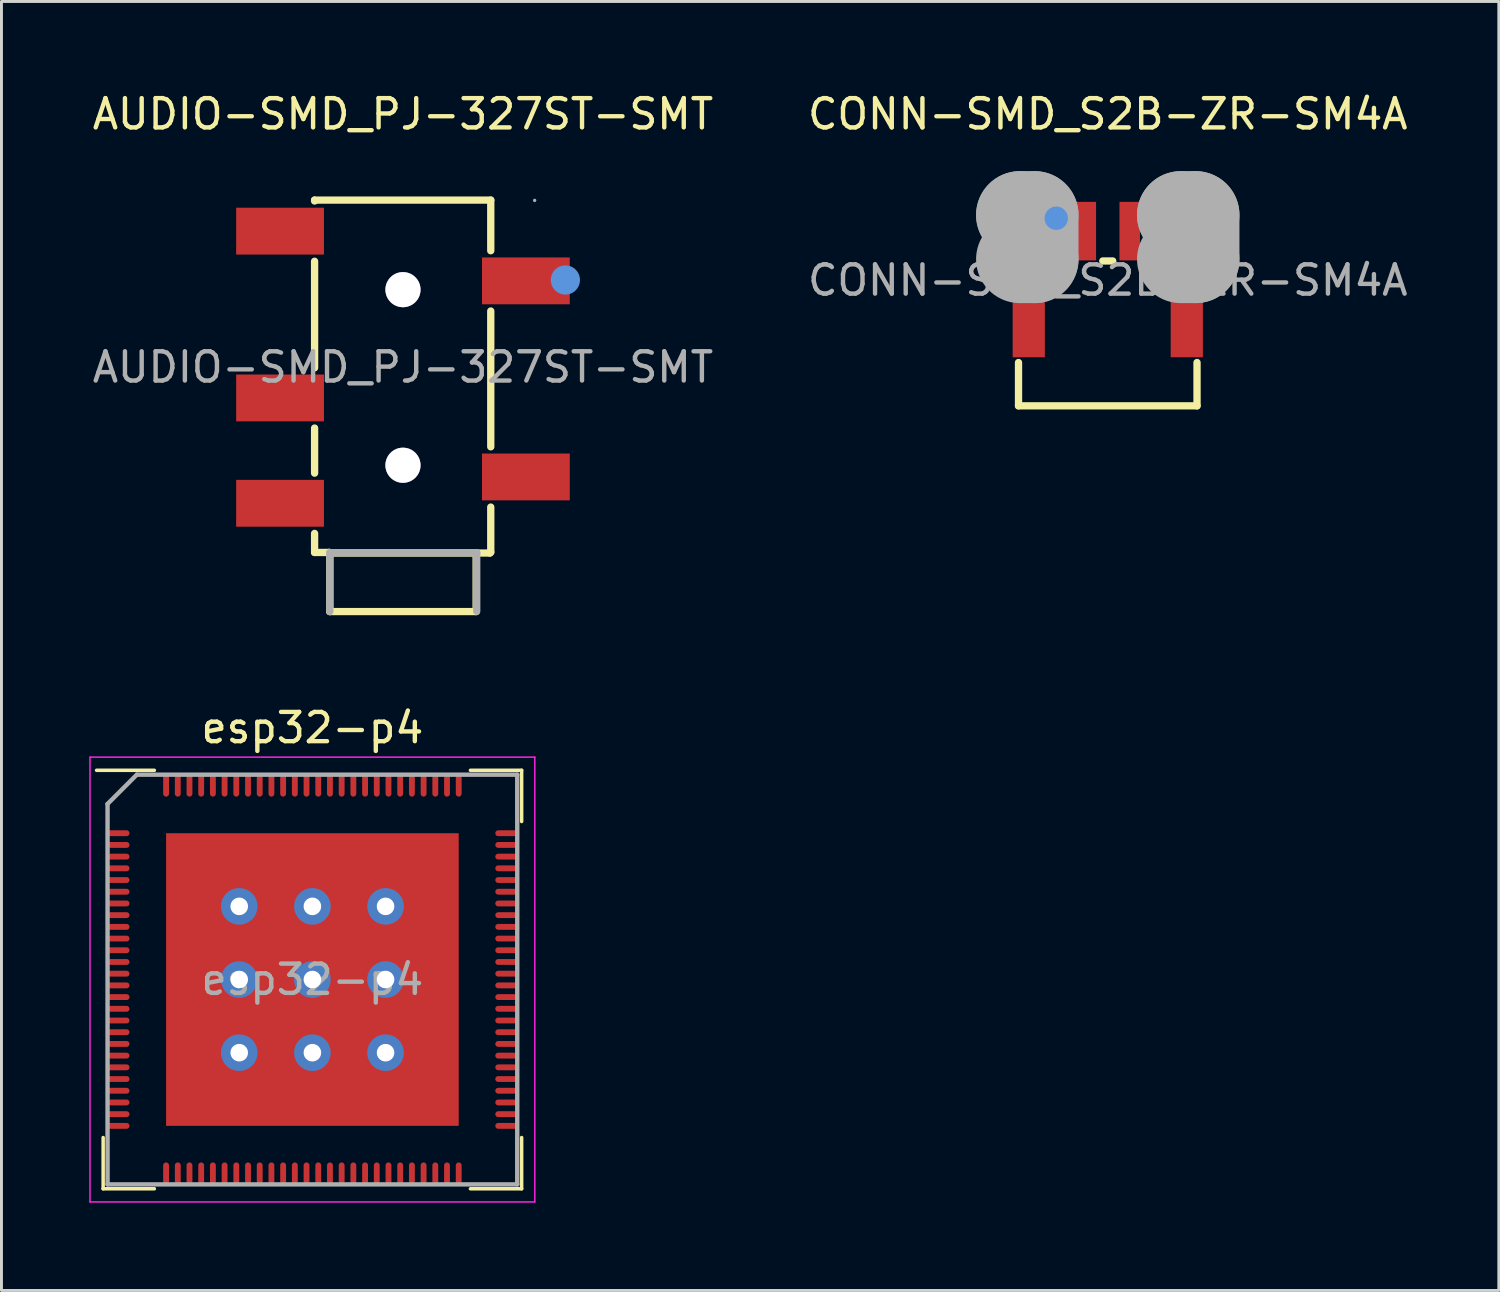
<source format=kicad_pcb>
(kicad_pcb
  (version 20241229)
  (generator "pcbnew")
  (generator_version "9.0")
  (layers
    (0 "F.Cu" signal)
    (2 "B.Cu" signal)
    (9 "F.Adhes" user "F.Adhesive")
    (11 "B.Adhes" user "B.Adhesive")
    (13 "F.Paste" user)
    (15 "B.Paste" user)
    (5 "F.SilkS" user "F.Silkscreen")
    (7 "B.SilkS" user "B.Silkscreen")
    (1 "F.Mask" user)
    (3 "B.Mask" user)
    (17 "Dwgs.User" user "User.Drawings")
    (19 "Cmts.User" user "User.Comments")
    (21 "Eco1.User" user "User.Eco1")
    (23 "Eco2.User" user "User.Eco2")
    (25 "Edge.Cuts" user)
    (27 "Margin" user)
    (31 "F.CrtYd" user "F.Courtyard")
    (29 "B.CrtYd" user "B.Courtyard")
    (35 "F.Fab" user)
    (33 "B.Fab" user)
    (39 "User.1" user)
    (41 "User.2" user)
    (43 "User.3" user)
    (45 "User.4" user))
  (footprint "esp32-p4"
    (layer "F.Cu")
    (at 7.625 30.422)
    (property "Reference" "esp32-p4" (at 0 -8.6 0) (unlocked yes) (layer "F.SilkS") (effects (font (size 1 1) (thickness 0.15))))
    (attr smd)
    (fp_line (start -7.15 7.15) (end -7.15 5.4) (stroke (width 0.12) (type default)) (layer "F.SilkS"))
    (fp_line (start -5.4 -7.15) (end -7.375 -7.15) (stroke (width 0.12) (type default)) (layer "F.SilkS"))
    (fp_line (start -5.4 7.15) (end -7.15 7.15) (stroke (width 0.12) (type default)) (layer "F.SilkS"))
    (fp_line (start 5.4 -7.15) (end 7.15 -7.15) (stroke (width 0.12) (type default)) (layer "F.SilkS"))
    (fp_line (start 5.4 7.15) (end 7.15 7.15) (stroke (width 0.12) (type default)) (layer "F.SilkS"))
    (fp_line (start 7.15 -7.15) (end 7.15 -5.4) (stroke (width 0.12) (type default)) (layer "F.SilkS"))
    (fp_line (start 7.15 7.15) (end 7.15 5.4) (stroke (width 0.12) (type default)) (layer "F.SilkS"))
    (fp_line (start -7.6 -7.6) (end 7.6 -7.6) (stroke (width 0.05) (type default)) (layer "F.CrtYd"))
    (fp_line (start -7.6 7.6) (end -7.6 -7.6) (stroke (width 0.05) (type default)) (layer "F.CrtYd"))
    (fp_line (start 7.6 -7.6) (end 7.6 7.6) (stroke (width 0.05) (type default)) (layer "F.CrtYd"))
    (fp_line (start 7.6 7.6) (end -7.6 7.6) (stroke (width 0.05) (type default)) (layer "F.CrtYd"))
    (fp_line (start -7 -6) (end -7 7) (stroke (width 0.15) (type default)) (layer "F.Fab"))
    (fp_line (start -7 7) (end 7 7) (stroke (width 0.15) (type default)) (layer "F.Fab"))
    (fp_line (start -6 -7) (end -7 -6) (stroke (width 0.15) (type default)) (layer "F.Fab"))
    (fp_line (start 7 -7) (end -6 -7) (stroke (width 0.15) (type default)) (layer "F.Fab"))
    (fp_line (start 7 7) (end 7 -7) (stroke (width 0.15) (type default)) (layer "F.Fab"))
    (fp_text user "${REFERENCE}" (at 0 0 0) (layer "F.Fab") (effects (font (size 1 1) (thickness 0.15))))
    (pad "" smd rect (at -3.75 -3.75) (size 1.75 1.75) (layers "F.Paste"))
    (pad "" smd rect (at -3.75 -1.25) (size 1.75 1.75) (layers "F.Paste"))
    (pad "" smd rect (at -3.75 1.25) (size 1.75 1.75) (layers "F.Paste"))
    (pad "" smd rect (at -3.75 3.75) (size 1.75 1.75) (layers "F.Paste"))
    (pad "" smd rect (at -1.25 -3.75) (size 1.75 1.75) (layers "F.Paste"))
    (pad "" smd rect (at -1.25 -1.25) (size 1.75 1.75) (layers "F.Paste"))
    (pad "" smd rect (at -1.25 1.25) (size 1.75 1.75) (layers "F.Paste"))
    (pad "" smd rect (at -1.25 3.75) (size 1.75 1.75) (layers "F.Paste"))
    (pad "" smd rect (at 1.25 -3.75) (size 1.75 1.75) (layers "F.Paste"))
    (pad "" smd rect (at 1.25 -1.25) (size 1.75 1.75) (layers "F.Paste"))
    (pad "" smd rect (at 1.25 1.25) (size 1.75 1.75) (layers "F.Paste"))
    (pad "" smd rect (at 1.25 3.75) (size 1.75 1.75) (layers "F.Paste"))
    (pad "" smd rect (at 3.75 -3.75) (size 1.75 1.75) (layers "F.Paste"))
    (pad "" smd rect (at 3.75 -1.25) (size 1.75 1.75) (layers "F.Paste"))
    (pad "" smd rect (at 3.75 1.25) (size 1.75 1.75) (layers "F.Paste"))
    (pad "" smd rect (at 3.75 3.75) (size 1.75 1.75) (layers "F.Paste"))
    (pad "1" smd oval (at -6.625 -5 90) (size 0.2 0.75) (layers "F.Cu" "F.Mask" "F.Paste"))
    (pad "2" smd oval (at -6.625 -4.6 90) (size 0.2 0.75) (layers "F.Cu" "F.Mask" "F.Paste"))
    (pad "3" smd oval (at -6.625 -4.2 90) (size 0.2 0.75) (layers "F.Cu" "F.Mask" "F.Paste"))
    (pad "4" smd oval (at -6.625 -3.8 90) (size 0.2 0.75) (layers "F.Cu" "F.Mask" "F.Paste"))
    (pad "5" smd oval (at -6.625 -3.4 90) (size 0.2 0.75) (layers "F.Cu" "F.Mask" "F.Paste"))
    (pad "6" smd oval (at -6.625 -3 90) (size 0.2 0.75) (layers "F.Cu" "F.Mask" "F.Paste"))
    (pad "7" smd oval (at -6.625 -2.6 90) (size 0.2 0.75) (layers "F.Cu" "F.Mask" "F.Paste"))
    (pad "8" smd oval (at -6.625 -2.2 90) (size 0.2 0.75) (layers "F.Cu" "F.Mask" "F.Paste"))
    (pad "9" smd oval (at -6.625 -1.8 90) (size 0.2 0.75) (layers "F.Cu" "F.Mask" "F.Paste"))
    (pad "10" smd oval (at -6.625 -1.4 90) (size 0.2 0.75) (layers "F.Cu" "F.Mask" "F.Paste"))
    (pad "11" smd oval (at -6.625 -1 90) (size 0.2 0.75) (layers "F.Cu" "F.Mask" "F.Paste"))
    (pad "12" smd oval (at -6.625 -0.6 90) (size 0.2 0.75) (layers "F.Cu" "F.Mask" "F.Paste"))
    (pad "13" smd oval (at -6.625 -0.2 90) (size 0.2 0.75) (layers "F.Cu" "F.Mask" "F.Paste"))
    (pad "14" smd oval (at -6.625 0.2 90) (size 0.2 0.75) (layers "F.Cu" "F.Mask" "F.Paste"))
    (pad "15" smd oval (at -6.625 0.6 90) (size 0.2 0.75) (layers "F.Cu" "F.Mask" "F.Paste"))
    (pad "16" smd oval (at -6.625 1 90) (size 0.2 0.75) (layers "F.Cu" "F.Mask" "F.Paste"))
    (pad "17" smd oval (at -6.625 1.4 90) (size 0.2 0.75) (layers "F.Cu" "F.Mask" "F.Paste"))
    (pad "18" smd oval (at -6.625 1.8 90) (size 0.2 0.75) (layers "F.Cu" "F.Mask" "F.Paste"))
    (pad "19" smd oval (at -6.625 2.2 90) (size 0.2 0.75) (layers "F.Cu" "F.Mask" "F.Paste"))
    (pad "20" smd oval (at -6.625 2.6 90) (size 0.2 0.75) (layers "F.Cu" "F.Mask" "F.Paste"))
    (pad "21" smd oval (at -6.625 3 90) (size 0.2 0.75) (layers "F.Cu" "F.Mask" "F.Paste"))
    (pad "22" smd oval (at -6.625 3.4 90) (size 0.2 0.75) (layers "F.Cu" "F.Mask" "F.Paste"))
    (pad "23" smd oval (at -6.625 3.8 90) (size 0.2 0.75) (layers "F.Cu" "F.Mask" "F.Paste"))
    (pad "24" smd oval (at -6.625 4.2 90) (size 0.2 0.75) (layers "F.Cu" "F.Mask" "F.Paste"))
    (pad "25" smd oval (at -6.625 4.6 90) (size 0.2 0.75) (layers "F.Cu" "F.Mask" "F.Paste"))
    (pad "26" smd oval (at -6.625 5 90) (size 0.2 0.75) (layers "F.Cu" "F.Mask" "F.Paste"))
    (pad "27" smd oval (at -5 6.625) (size 0.2 0.75) (layers "F.Cu" "F.Mask" "F.Paste"))
    (pad "28" smd oval (at -4.6 6.625) (size 0.2 0.75) (layers "F.Cu" "F.Mask" "F.Paste"))
    (pad "29" smd oval (at -4.2 6.625) (size 0.2 0.75) (layers "F.Cu" "F.Mask" "F.Paste"))
    (pad "30" smd oval (at -3.8 6.625) (size 0.2 0.75) (layers "F.Cu" "F.Mask" "F.Paste"))
    (pad "31" smd oval (at -3.4 6.625) (size 0.2 0.75) (layers "F.Cu" "F.Mask" "F.Paste"))
    (pad "32" smd oval (at -3 6.625) (size 0.2 0.75) (layers "F.Cu" "F.Mask" "F.Paste"))
    (pad "33" smd oval (at -2.6 6.625) (size 0.2 0.75) (layers "F.Cu" "F.Mask" "F.Paste"))
    (pad "34" smd oval (at -2.2 6.625) (size 0.2 0.75) (layers "F.Cu" "F.Mask" "F.Paste"))
    (pad "35" smd oval (at -1.8 6.625) (size 0.2 0.75) (layers "F.Cu" "F.Mask" "F.Paste"))
    (pad "36" smd oval (at -1.4 6.625) (size 0.2 0.75) (layers "F.Cu" "F.Mask" "F.Paste"))
    (pad "37" smd oval (at -1 6.625) (size 0.2 0.75) (layers "F.Cu" "F.Mask" "F.Paste"))
    (pad "38" smd oval (at -0.6 6.625) (size 0.2 0.75) (layers "F.Cu" "F.Mask" "F.Paste"))
    (pad "39" smd oval (at -0.2 6.625) (size 0.2 0.75) (layers "F.Cu" "F.Mask" "F.Paste"))
    (pad "40" smd oval (at 0.2 6.625) (size 0.2 0.75) (layers "F.Cu" "F.Mask" "F.Paste"))
    (pad "41" smd oval (at 0.6 6.625) (size 0.2 0.75) (layers "F.Cu" "F.Mask" "F.Paste"))
    (pad "42" smd oval (at 1 6.625) (size 0.2 0.75) (layers "F.Cu" "F.Mask" "F.Paste"))
    (pad "43" smd oval (at 1.4 6.625) (size 0.2 0.75) (layers "F.Cu" "F.Mask" "F.Paste"))
    (pad "44" smd oval (at 1.8 6.625) (size 0.2 0.75) (layers "F.Cu" "F.Mask" "F.Paste"))
    (pad "45" smd oval (at 2.2 6.625) (size 0.2 0.75) (layers "F.Cu" "F.Mask" "F.Paste"))
    (pad "46" smd oval (at 2.6 6.625) (size 0.2 0.75) (layers "F.Cu" "F.Mask" "F.Paste"))
    (pad "47" smd oval (at 3 6.625) (size 0.2 0.75) (layers "F.Cu" "F.Mask" "F.Paste"))
    (pad "48" smd oval (at 3.4 6.625) (size 0.2 0.75) (layers "F.Cu" "F.Mask" "F.Paste"))
    (pad "49" smd oval (at 3.8 6.625) (size 0.2 0.75) (layers "F.Cu" "F.Mask" "F.Paste"))
    (pad "50" smd oval (at 4.2 6.625) (size 0.2 0.75) (layers "F.Cu" "F.Mask" "F.Paste"))
    (pad "51" smd oval (at 4.6 6.625) (size 0.2 0.75) (layers "F.Cu" "F.Mask" "F.Paste"))
    (pad "52" smd oval (at 5 6.625) (size 0.2 0.75) (layers "F.Cu" "F.Mask" "F.Paste"))
    (pad "53" smd oval (at 6.625 5 90) (size 0.2 0.75) (layers "F.Cu" "F.Mask" "F.Paste"))
    (pad "54" smd oval (at 6.625 4.6 90) (size 0.2 0.75) (layers "F.Cu" "F.Mask" "F.Paste"))
    (pad "55" smd oval (at 6.625 4.2 90) (size 0.2 0.75) (layers "F.Cu" "F.Mask" "F.Paste"))
    (pad "56" smd oval (at 6.625 3.8 90) (size 0.2 0.75) (layers "F.Cu" "F.Mask" "F.Paste"))
    (pad "57" smd oval (at 6.625 3.4 90) (size 0.2 0.75) (layers "F.Cu" "F.Mask" "F.Paste"))
    (pad "58" smd oval (at 6.625 3 90) (size 0.2 0.75) (layers "F.Cu" "F.Mask" "F.Paste"))
    (pad "59" smd oval (at 6.625 2.6 90) (size 0.2 0.75) (layers "F.Cu" "F.Mask" "F.Paste"))
    (pad "60" smd oval (at 6.625 2.2 90) (size 0.2 0.75) (layers "F.Cu" "F.Mask" "F.Paste"))
    (pad "61" smd oval (at 6.625 1.8 90) (size 0.2 0.75) (layers "F.Cu" "F.Mask" "F.Paste"))
    (pad "62" smd oval (at 6.625 1.4 90) (size 0.2 0.75) (layers "F.Cu" "F.Mask" "F.Paste"))
    (pad "63" smd oval (at 6.625 1 90) (size 0.2 0.75) (layers "F.Cu" "F.Mask" "F.Paste"))
    (pad "64" smd oval (at 6.625 0.6 90) (size 0.2 0.75) (layers "F.Cu" "F.Mask" "F.Paste"))
    (pad "65" smd oval (at 6.625 0.2 90) (size 0.2 0.75) (layers "F.Cu" "F.Mask" "F.Paste"))
    (pad "66" smd oval (at 6.625 -0.2 90) (size 0.2 0.75) (layers "F.Cu" "F.Mask" "F.Paste"))
    (pad "67" smd oval (at 6.625 -0.6 90) (size 0.2 0.75) (layers "F.Cu" "F.Mask" "F.Paste"))
    (pad "68" smd oval (at 6.625 -1 90) (size 0.2 0.75) (layers "F.Cu" "F.Mask" "F.Paste"))
    (pad "69" smd oval (at 6.625 -1.4 90) (size 0.2 0.75) (layers "F.Cu" "F.Mask" "F.Paste"))
    (pad "70" smd oval (at 6.625 -1.8 90) (size 0.2 0.75) (layers "F.Cu" "F.Mask" "F.Paste"))
    (pad "71" smd oval (at 6.625 -2.2 90) (size 0.2 0.75) (layers "F.Cu" "F.Mask" "F.Paste"))
    (pad "72" smd oval (at 6.625 -2.6 90) (size 0.2 0.75) (layers "F.Cu" "F.Mask" "F.Paste"))
    (pad "73" smd oval (at 6.625 -3 90) (size 0.2 0.75) (layers "F.Cu" "F.Mask" "F.Paste"))
    (pad "74" smd oval (at 6.625 -3.4 90) (size 0.2 0.75) (layers "F.Cu" "F.Mask" "F.Paste"))
    (pad "75" smd oval (at 6.625 -3.8 90) (size 0.2 0.75) (layers "F.Cu" "F.Mask" "F.Paste"))
    (pad "76" smd oval (at 6.625 -4.2 90) (size 0.2 0.75) (layers "F.Cu" "F.Mask" "F.Paste"))
    (pad "77" smd oval (at 6.625 -4.6 90) (size 0.2 0.75) (layers "F.Cu" "F.Mask" "F.Paste"))
    (pad "78" smd oval (at 6.625 -5 90) (size 0.2 0.75) (layers "F.Cu" "F.Mask" "F.Paste"))
    (pad "79" smd oval (at 5 -6.625) (size 0.2 0.75) (layers "F.Cu" "F.Mask" "F.Paste"))
    (pad "80" smd oval (at 4.6 -6.625) (size 0.2 0.75) (layers "F.Cu" "F.Mask" "F.Paste"))
    (pad "81" smd oval (at 4.2 -6.625) (size 0.2 0.75) (layers "F.Cu" "F.Mask" "F.Paste"))
    (pad "82" smd oval (at 3.8 -6.625) (size 0.2 0.75) (layers "F.Cu" "F.Mask" "F.Paste"))
    (pad "83" smd oval (at 3.4 -6.625) (size 0.2 0.75) (layers "F.Cu" "F.Mask" "F.Paste"))
    (pad "84" smd oval (at 3 -6.625) (size 0.2 0.75) (layers "F.Cu" "F.Mask" "F.Paste"))
    (pad "85" smd oval (at 2.6 -6.625) (size 0.2 0.75) (layers "F.Cu" "F.Mask" "F.Paste"))
    (pad "86" smd oval (at 2.2 -6.625) (size 0.2 0.75) (layers "F.Cu" "F.Mask" "F.Paste"))
    (pad "87" smd oval (at 1.8 -6.625) (size 0.2 0.75) (layers "F.Cu" "F.Mask" "F.Paste"))
    (pad "88" smd oval (at 1.4 -6.625) (size 0.2 0.75) (layers "F.Cu" "F.Mask" "F.Paste"))
    (pad "89" smd oval (at 1 -6.625) (size 0.2 0.75) (layers "F.Cu" "F.Mask" "F.Paste"))
    (pad "90" smd oval (at 0.6 -6.625) (size 0.2 0.75) (layers "F.Cu" "F.Mask" "F.Paste"))
    (pad "91" smd oval (at 0.2 -6.625) (size 0.2 0.75) (layers "F.Cu" "F.Mask" "F.Paste"))
    (pad "92" smd oval (at -0.2 -6.625) (size 0.2 0.75) (layers "F.Cu" "F.Mask" "F.Paste"))
    (pad "93" smd oval (at -0.6 -6.625) (size 0.2 0.75) (layers "F.Cu" "F.Mask" "F.Paste"))
    (pad "94" smd oval (at -1 -6.625) (size 0.2 0.75) (layers "F.Cu" "F.Mask" "F.Paste"))
    (pad "95" smd oval (at -1.4 -6.625) (size 0.2 0.75) (layers "F.Cu" "F.Mask" "F.Paste"))
    (pad "96" smd oval (at -1.8 -6.625) (size 0.2 0.75) (layers "F.Cu" "F.Mask" "F.Paste"))
    (pad "97" smd oval (at -2.2 -6.625) (size 0.2 0.75) (layers "F.Cu" "F.Mask" "F.Paste"))
    (pad "98" smd oval (at -2.6 -6.625) (size 0.2 0.75) (layers "F.Cu" "F.Mask" "F.Paste"))
    (pad "99" smd oval (at -3 -6.625) (size 0.2 0.75) (layers "F.Cu" "F.Mask" "F.Paste"))
    (pad "100" smd oval (at -3.4 -6.625) (size 0.2 0.75) (layers "F.Cu" "F.Mask" "F.Paste"))
    (pad "101" smd oval (at -3.8 -6.625) (size 0.2 0.75) (layers "F.Cu" "F.Mask" "F.Paste"))
    (pad "102" smd oval (at -4.2 -6.625) (size 0.2 0.75) (layers "F.Cu" "F.Mask" "F.Paste"))
    (pad "103" smd oval (at -4.6 -6.625) (size 0.2 0.75) (layers "F.Cu" "F.Mask" "F.Paste"))
    (pad "104" smd oval (at -5 -6.625) (size 0.2 0.75) (layers "F.Cu" "F.Mask" "F.Paste"))
    (pad "105" thru_hole circle (at -2.5 -2.5) (size 1.25 1.25) (drill 0.6) (property pad_prop_heatsink) (layers "*.Cu" "*.Mask"))
    (pad "105" thru_hole circle (at -2.5 0) (size 1.25 1.25) (drill 0.6) (property pad_prop_heatsink) (layers "*.Cu" "*.Mask"))
    (pad "105" thru_hole circle (at -2.5 2.5) (size 1.25 1.25) (drill 0.6) (property pad_prop_heatsink) (layers "*.Cu" "*.Mask"))
    (pad "105" thru_hole circle (at 0 -2.5) (size 1.25 1.25) (drill 0.6) (property pad_prop_heatsink) (layers "*.Cu" "*.Mask"))
    (pad "105" thru_hole circle (at 0 0) (size 1.25 1.25) (drill 0.6) (property pad_prop_heatsink) (layers "*.Cu" "*.Mask"))
    (pad "105" smd rect (at 0 0) (size 10 10) (layers "F.Cu" "F.Mask"))
    (pad "105" thru_hole circle (at 0 2.5) (size 1.25 1.25) (drill 0.6) (property pad_prop_heatsink) (layers "*.Cu" "*.Mask"))
    (pad "105" thru_hole circle (at 2.5 -2.5) (size 1.25 1.25) (drill 0.6) (property pad_prop_heatsink) (layers "*.Cu" "*.Mask"))
    (pad "105" thru_hole circle (at 2.5 0) (size 1.25 1.25) (drill 0.6) (property pad_prop_heatsink) (layers "*.Cu" "*.Mask"))
    (pad "105" thru_hole circle (at 2.5 2.5) (size 1.25 1.25) (drill 0.6) (property pad_prop_heatsink) (layers "*.Cu" "*.Mask")))
  (footprint "AUDIO-SMD_PJ-327ST-SMT"
    (layer "F.Cu")
    (at 10.72 9.498)
    (property "Reference" "AUDIO-SMD_PJ-327ST-SMT" (at 0 -8.65 0) (layer "F.SilkS") (effects (font (size 1 1) (thickness 0.15))))
    (attr smd)
    (fp_line (start -3.02 -5.71) (end 3 -5.71) (stroke (width 0.25) (type solid)) (layer "F.SilkS"))
    (fp_line (start -3.02 -5.68) (end -3.02 -5.71) (stroke (width 0.25) (type solid)) (layer "F.SilkS"))
    (fp_line (start -3.02 0.02) (end -3.02 -3.62) (stroke (width 0.25) (type solid)) (layer "F.SilkS"))
    (fp_line (start -3.02 3.62) (end -3.02 2.08) (stroke (width 0.25) (type solid)) (layer "F.SilkS"))
    (fp_line (start -3.02 6.33) (end -3.02 5.68) (stroke (width 0.25) (type solid)) (layer "F.SilkS"))
    (fp_line (start -2.52 6.33) (end -3.02 6.33) (stroke (width 0.25) (type solid)) (layer "F.SilkS"))
    (fp_line (start -2.52 6.33) (end -2.5 6.35) (stroke (width 0.25) (type solid)) (layer "F.SilkS"))
    (fp_line (start -2.5 6.35) (end -2.52 6.33) (stroke (width 0.25) (type solid)) (layer "F.SilkS"))
    (fp_line (start -2.5 6.35) (end -2.5 8.35) (stroke (width 0.25) (type solid)) (layer "F.SilkS"))
    (fp_line (start -2.5 6.35) (end 2.5 6.35) (stroke (width 0.25) (type solid)) (layer "F.SilkS"))
    (fp_line (start -2.5 8.35) (end 2.5 8.35) (stroke (width 0.25) (type solid)) (layer "F.SilkS"))
    (fp_line (start 2.5 6.35) (end 2.5 8.35) (stroke (width 0.25) (type solid)) (layer "F.SilkS"))
    (fp_line (start 2.97 6.35) (end 2.5 6.35) (stroke (width 0.25) (type solid)) (layer "F.SilkS"))
    (fp_line (start 3 -5.71) (end 3 -3.98) (stroke (width 0.25) (type solid)) (layer "F.SilkS"))
    (fp_line (start 3 -1.92) (end 3 2.72) (stroke (width 0.25) (type solid)) (layer "F.SilkS"))
    (fp_line (start 3 4.78) (end 3 6.32) (stroke (width 0.25) (type solid)) (layer "F.SilkS"))
    (fp_line (start 3 6.32) (end 2.97 6.35) (stroke (width 0.25) (type solid)) (layer "F.SilkS"))
    (fp_circle (center 5.55 -2.98) (end 5.8 -2.98) (stroke (width 0.5) (type solid)) (fill no) (layer "Cmts.User"))
    (fp_line (start -2.5 6.34) (end -2.5 8.35) (stroke (width 0.25) (type solid)) (layer "F.Fab"))
    (fp_line (start -2.5 6.34) (end 2.52 6.34) (stroke (width 0.25) (type solid)) (layer "F.Fab"))
    (fp_line (start 2.52 6.34) (end 2.52 8.34) (stroke (width 0.25) (type solid)) (layer "F.Fab"))
    (fp_circle (center 4.5 -5.7) (end 4.53 -5.7) (stroke (width 0.06) (type solid)) (fill no) (layer "F.Fab"))
    (fp_text user "${REFERENCE}" (at 0 0 0) (layer "F.Fab") (effects (font (size 1 1) (thickness 0.15))))
    (pad "" thru_hole circle (at 0 -2.65) (size 1.2 1.2) (drill 1.2) (layers "*.Cu" "*.Mask"))
    (pad "" thru_hole circle (at 0 3.35) (size 1.2 1.2) (drill 1.2) (layers "*.Cu" "*.Mask"))
    (pad "2" smd rect (at 4.2 -2.95 90) (size 1.6 3) (layers "F.Cu" "F.Mask" "F.Paste"))
    (pad "3" smd rect (at 4.2 3.75 90) (size 1.6 3) (layers "F.Cu" "F.Mask" "F.Paste"))
    (pad "4" smd rect (at -4.2 4.65 90) (size 1.6 3) (layers "F.Cu" "F.Mask" "F.Paste"))
    (pad "5" smd rect (at -4.2 1.05 90) (size 1.6 3) (layers "F.Cu" "F.Mask" "F.Paste"))
    (pad "6" smd rect (at -4.2 -4.65 90) (size 1.6 3) (layers "F.Cu" "F.Mask" "F.Paste")))
  (footprint "CONN-SMD_S2B-ZR-SM4A"
    (layer "F.Cu")
    (at 34.804 6.528)
    (property "Reference" "CONN-SMD_S2B-ZR-SM4A" (at 0 -5.68 0) (layer "F.SilkS") (effects (font (size 1 1) (thickness 0.15))))
    (attr smd)
    (fp_line (start -3.05 -0.66) (end -3.05 0.44) (stroke (width 0.25) (type solid)) (layer "F.SilkS"))
    (fp_line (start -3.05 2.81) (end -3.05 4.29) (stroke (width 0.25) (type solid)) (layer "F.SilkS"))
    (fp_line (start -3.05 4.29) (end 3.05 4.29) (stroke (width 0.25) (type solid)) (layer "F.SilkS"))
    (fp_line (start -1.33 -0.66) (end -3.05 -0.66) (stroke (width 0.25) (type solid)) (layer "F.SilkS"))
    (fp_line (start 0.17 -0.66) (end -0.17 -0.66) (stroke (width 0.25) (type solid)) (layer "F.SilkS"))
    (fp_line (start 3.05 -0.66) (end 1.33 -0.66) (stroke (width 0.25) (type solid)) (layer "F.SilkS"))
    (fp_line (start 3.05 0.44) (end 3.05 -0.66) (stroke (width 0.25) (type solid)) (layer "F.SilkS"))
    (fp_line (start 3.05 4.29) (end 3.05 2.81) (stroke (width 0.25) (type solid)) (layer "F.SilkS"))
    (fp_circle (center -1.74 -2.12) (end -1.5 -2.12) (stroke (width 0.25) (type solid)) (fill no) (layer "F.SilkS"))
    (fp_circle (center -1.76 -2.12) (end -1.56 -2.12) (stroke (width 0.4) (type solid)) (fill no) (layer "Cmts.User"))
    (fp_line (start -3 -2.23) (end -3 -2.23) (stroke (width 3) (type solid)) (layer "F.Fab"))
    (fp_line (start -3 -2.23) (end -2.5 -2.23) (stroke (width 3) (type solid)) (layer "F.Fab"))
    (fp_line (start -2.5 -2.23) (end -2.5 -0.72) (stroke (width 3) (type solid)) (layer "F.Fab"))
    (fp_line (start -2.5 -0.72) (end -3 -0.72) (stroke (width 3) (type solid)) (layer "F.Fab"))
    (fp_line (start 2.5 -2.23) (end 2.5 -2.23) (stroke (width 3) (type solid)) (layer "F.Fab"))
    (fp_line (start 2.5 -2.23) (end 3 -2.23) (stroke (width 3) (type solid)) (layer "F.Fab"))
    (fp_line (start 3 -2.23) (end 3 -0.72) (stroke (width 3) (type solid)) (layer "F.Fab"))
    (fp_line (start 3 -0.72) (end 2.5 -0.72) (stroke (width 3) (type solid)) (layer "F.Fab"))
    (fp_circle (center -3 -2.43) (end -2.97 -2.43) (stroke (width 0.06) (type solid)) (fill no) (layer "F.Fab"))
    (fp_text user "${REFERENCE}" (at 0 0 0) (layer "F.Fab") (effects (font (size 1 1) (thickness 0.15))))
    (pad "0" smd rect (at -2.7 1.68 180) (size 1.1 1.9) (layers "F.Cu" "F.Mask" "F.Paste"))
    (pad "0" smd rect (at 2.7 1.68 180) (size 1.1 1.9) (layers "F.Cu" "F.Mask" "F.Paste"))
    (pad "1" smd rect (at -0.75 -1.68 180) (size 0.7 2) (layers "F.Cu" "F.Mask" "F.Paste"))
    (pad "2" smd rect (at 0.75 -1.68 180) (size 0.7 2) (layers "F.Cu" "F.Mask" "F.Paste")))
  (gr_rect
    (start -3 -3)
    (end 48.167 41.047)
    (stroke (width 0.1) (type default))
    (fill no)
    (layer "Edge.Cuts")))
</source>
